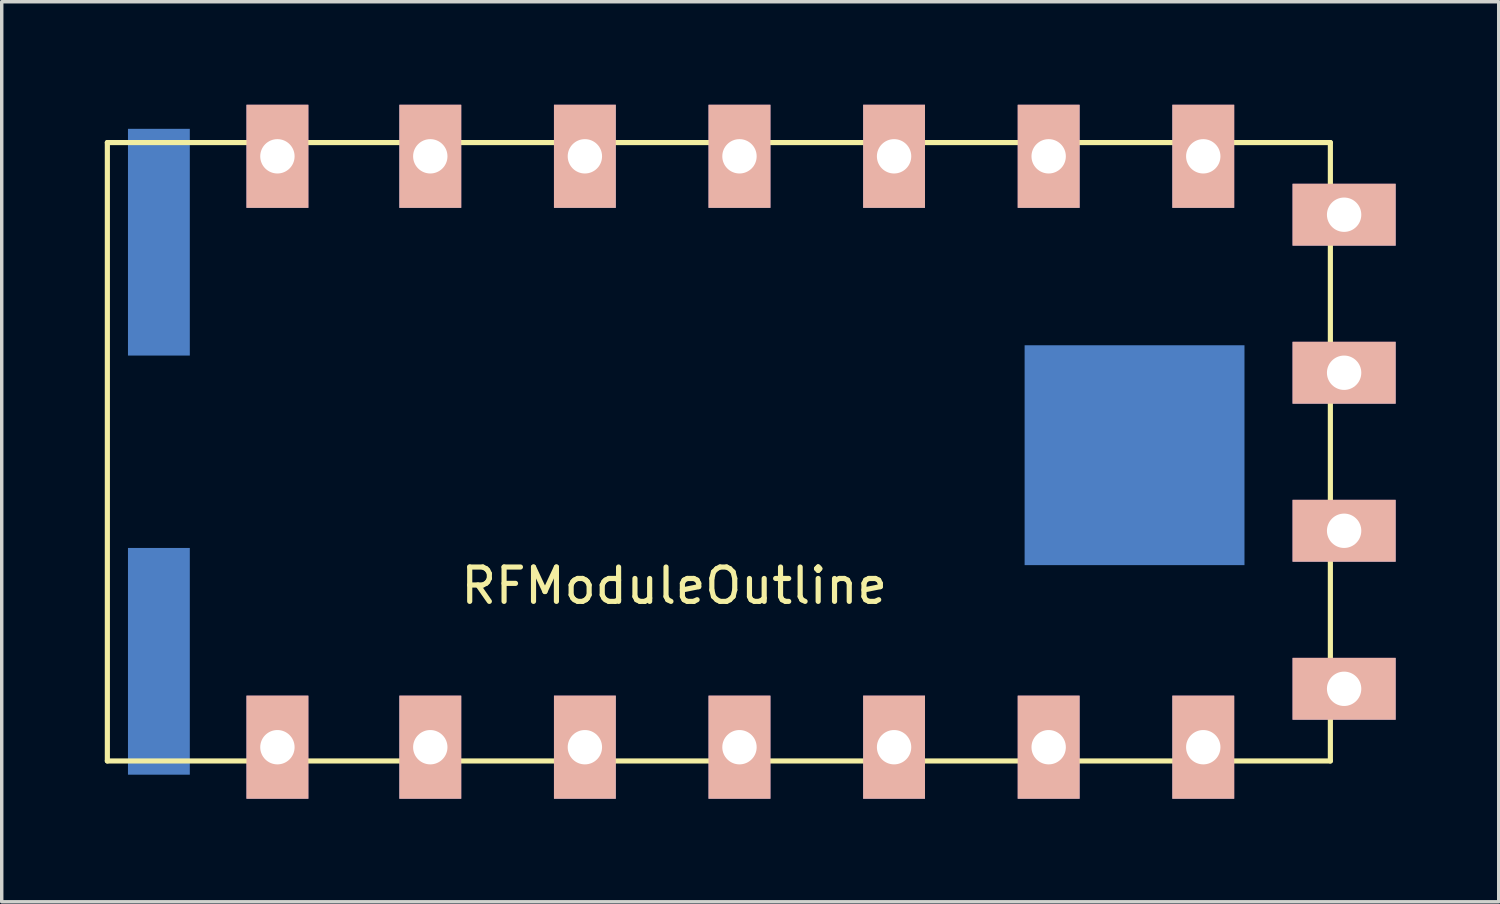
<source format=kicad_pcb>
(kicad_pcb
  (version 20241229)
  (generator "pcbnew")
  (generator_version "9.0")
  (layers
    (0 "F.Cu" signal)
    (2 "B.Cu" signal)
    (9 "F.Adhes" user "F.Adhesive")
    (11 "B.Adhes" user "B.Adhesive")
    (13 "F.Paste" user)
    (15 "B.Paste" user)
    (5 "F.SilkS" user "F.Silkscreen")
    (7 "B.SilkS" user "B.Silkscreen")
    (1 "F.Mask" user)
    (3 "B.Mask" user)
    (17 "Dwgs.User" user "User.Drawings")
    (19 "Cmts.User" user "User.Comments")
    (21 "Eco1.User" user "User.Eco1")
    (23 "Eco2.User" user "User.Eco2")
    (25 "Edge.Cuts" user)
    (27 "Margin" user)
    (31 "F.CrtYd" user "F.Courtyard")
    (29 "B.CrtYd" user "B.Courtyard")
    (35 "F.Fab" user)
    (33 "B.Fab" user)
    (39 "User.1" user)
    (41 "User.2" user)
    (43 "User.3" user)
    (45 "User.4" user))
  (footprint "RFModuleOutline"
    (layer "B.Cu")
    (at 0.575 19.6)
    (property "Reference" "RFModuleOutline" (at 16 -5.6 0) (layer "F.SilkS") (effects (font (size 1 1) (thickness 0.15))))
    (attr through_hole)
    (fp_line (start -0.5 -18.5) (end 35.1 -18.5) (stroke (width 0.15) (type solid)) (layer "F.SilkS"))
    (fp_line (start -0.5 -0.5) (end -0.5 -18.5) (stroke (width 0.15) (type solid)) (layer "F.SilkS"))
    (fp_line (start 35.1 -18.5) (end 35.1 -0.5) (stroke (width 0.15) (type solid)) (layer "F.SilkS"))
    (fp_line (start 35.1 -0.5) (end -0.5 -0.5) (stroke (width 0.15) (type solid)) (layer "F.SilkS"))
    (pad "1" thru_hole rect (at 4.45 -18.1) (size 1.8 3) (drill 1) (layers "*.Cu" "*.Mask" "B.SilkS"))
    (pad "2" thru_hole rect (at 8.9 -18.1) (size 1.8 3) (drill 1) (layers "*.Cu" "*.Mask" "B.SilkS"))
    (pad "3" thru_hole rect (at 13.4 -18.1) (size 1.8 3) (drill 1) (layers "*.Cu" "*.Mask" "B.SilkS"))
    (pad "4" thru_hole rect (at 17.9 -18.1) (size 1.8 3) (drill 1) (layers "*.Cu" "*.Mask" "B.SilkS"))
    (pad "5" thru_hole rect (at 22.4 -18.1) (size 1.8 3) (drill 1) (layers "*.Cu" "*.Mask" "B.SilkS"))
    (pad "6" thru_hole rect (at 26.9 -18.1) (size 1.8 3) (drill 1) (layers "*.Cu" "*.Mask" "B.SilkS"))
    (pad "7" thru_hole rect (at 31.4 -18.1) (size 1.8 3) (drill 1) (layers "*.Cu" "*.Mask" "B.SilkS"))
    (pad "8" thru_hole rect (at 35.5 -16.4) (size 3 1.8) (drill 1) (layers "*.Cu" "*.Mask" "B.SilkS"))
    (pad "9" thru_hole rect (at 35.5 -11.8) (size 3 1.8) (drill 1) (layers "*.Cu" "*.Mask" "B.SilkS"))
    (pad "10" thru_hole rect (at 35.5 -7.2) (size 3 1.8) (drill 1) (layers "*.Cu" "*.Mask" "B.SilkS"))
    (pad "11" thru_hole rect (at 35.5 -2.6) (size 3 1.8) (drill 1) (layers "*.Cu" "*.Mask" "B.SilkS"))
    (pad "12" thru_hole rect (at 31.4 -0.9) (size 1.8 3) (drill 1) (layers "*.Cu" "*.Mask" "B.SilkS"))
    (pad "13" thru_hole rect (at 26.9 -0.9) (size 1.8 3) (drill 1) (layers "*.Cu" "*.Mask" "B.SilkS"))
    (pad "14" thru_hole rect (at 22.4 -0.9) (size 1.8 3) (drill 1) (layers "*.Cu" "*.Mask" "B.SilkS"))
    (pad "15" thru_hole rect (at 17.9 -0.9) (size 1.8 3) (drill 1) (layers "*.Cu" "*.Mask" "B.SilkS"))
    (pad "16" thru_hole rect (at 13.4 -0.9) (size 1.8 3) (drill 1) (layers "*.Cu" "*.Mask" "B.SilkS"))
    (pad "17" thru_hole rect (at 8.9 -0.9) (size 1.8 3) (drill 1) (layers "*.Cu" "*.Mask" "B.SilkS"))
    (pad "18" thru_hole rect (at 4.45 -0.9) (size 1.8 3) (drill 1) (layers "*.Cu" "*.Mask" "B.SilkS"))
    (pad "P1" smd rect (at 29.4 -9.4) (size 6.4 6.4) (layers "B.Cu" "B.Mask" "B.Paste"))
    (pad "P2" smd rect (at 1 -15.6) (size 1.8 6.6) (layers "B.Cu" "B.Mask" "B.Paste"))
    (pad "P3" smd rect (at 1 -3.4) (size 1.8 6.6) (layers "B.Cu" "B.Mask" "B.Paste")))
  (gr_rect
    (start -3 -3)
    (end 40.575 23.2)
    (stroke (width 0.1) (type default))
    (fill no)
    (layer "Edge.Cuts")))
</source>
